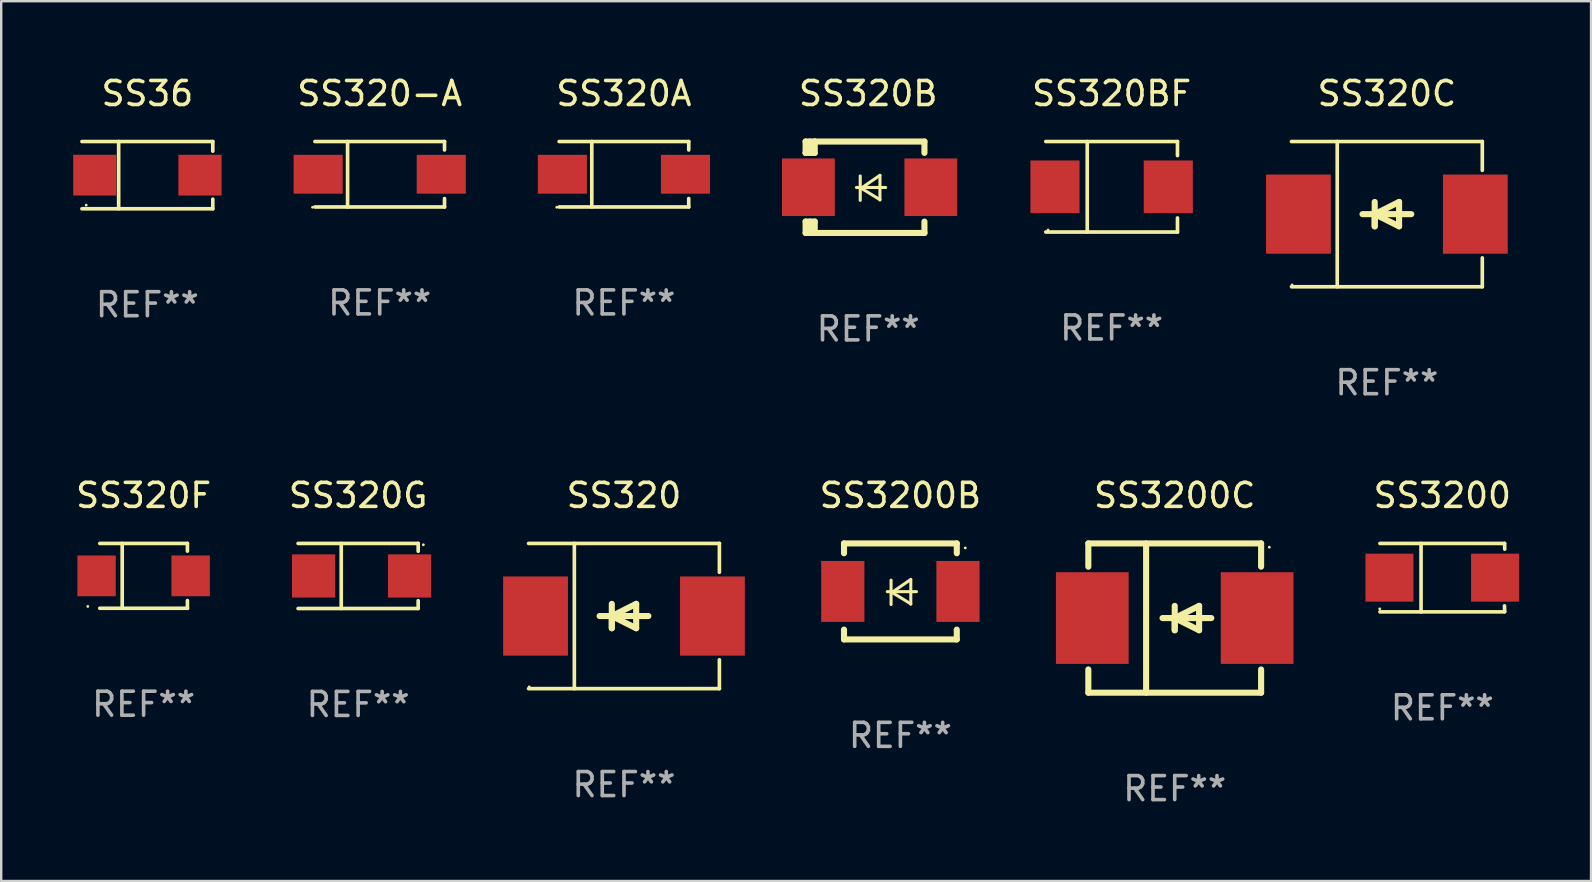
<source format=kicad_pcb>
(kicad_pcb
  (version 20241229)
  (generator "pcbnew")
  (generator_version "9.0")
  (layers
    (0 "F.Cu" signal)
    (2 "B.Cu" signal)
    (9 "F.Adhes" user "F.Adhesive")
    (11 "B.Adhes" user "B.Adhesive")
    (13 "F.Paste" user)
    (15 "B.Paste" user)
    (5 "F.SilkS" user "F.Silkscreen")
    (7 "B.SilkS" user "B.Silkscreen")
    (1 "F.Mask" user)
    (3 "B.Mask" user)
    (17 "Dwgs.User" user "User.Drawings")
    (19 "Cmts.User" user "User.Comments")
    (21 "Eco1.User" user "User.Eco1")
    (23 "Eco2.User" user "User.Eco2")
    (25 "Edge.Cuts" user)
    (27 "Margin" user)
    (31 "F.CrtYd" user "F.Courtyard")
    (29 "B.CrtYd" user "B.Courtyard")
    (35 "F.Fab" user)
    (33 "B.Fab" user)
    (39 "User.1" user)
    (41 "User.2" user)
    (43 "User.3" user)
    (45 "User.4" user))
  (footprint "SS320A"
    (layer "F.Cu")
    (at 22.951 4.212)
    (property "Reference" "SS320A" (at 0 -3.364 0) (layer "F.SilkS") (effects (font (size 1 1) (thickness 0.15))))
    (attr through_hole)
    (fp_line (start -2.701 -1.364) (end 2.701 -1.364) (stroke (width 0.152) (type solid)) (layer "F.SilkS"))
    (fp_line (start -2.701 1.364) (end 2.701 1.364) (stroke (width 0.152) (type solid)) (layer "F.SilkS"))
    (fp_line (start -1.339 -1.364) (end -1.339 1.364) (stroke (width 0.152) (type solid)) (layer "F.SilkS"))
    (fp_line (start 2.701 -1.364) (end 2.701 -1.013) (stroke (width 0.152) (type solid)) (layer "F.SilkS"))
    (fp_line (start 2.701 1.364) (end 2.701 1.013) (stroke (width 0.152) (type solid)) (layer "F.SilkS"))
    (fp_circle (center -2.8 1.375) (end -2.77 1.375) (stroke (width 0.06) (type solid)) (fill no) (layer "F.SilkS"))
    (fp_text user "REF**" (at 0 5.364 0) (layer "F.Fab") (effects (font (size 1 1) (thickness 0.15))))
    (pad "1" smd rect (at -2.565 -0.000025) (size 2.046 1.62) (layers "F.Cu" "F.Mask" "F.Paste"))
    (pad "2" smd rect (at 2.565 -0.000025) (size 2.046 1.62) (layers "F.Cu" "F.Mask" "F.Paste")))
  (footprint "SS3200"
    (layer "F.Cu")
    (at 57.058 21.023)
    (property "Reference" "SS3200" (at 0 -3.426 0) (layer "F.SilkS") (effects (font (size 1 1) (thickness 0.15))))
    (attr through_hole)
    (fp_line (start -2.6 -1.426) (end 2.593 -1.426) (stroke (width 0.152) (type solid)) (layer "F.SilkS"))
    (fp_line (start -2.6 1.426) (end 2.593 1.426) (stroke (width 0.152) (type solid)) (layer "F.SilkS"))
    (fp_line (start -0.887 -1.426) (end -0.887 1.426) (stroke (width 0.152) (type solid)) (layer "F.SilkS"))
    (fp_line (start 2.59 1.176) (end 2.597 1.415) (stroke (width 0.152) (type solid)) (layer "F.SilkS"))
    (fp_line (start 2.593 -1.426) (end 2.6 -1.187) (stroke (width 0.152) (type solid)) (layer "F.SilkS"))
    (fp_circle (center -2.608 1.3) (end -2.578 1.3) (stroke (width 0.06) (type solid)) (fill no) (layer "F.SilkS"))
    (fp_text user "REF**" (at 0 5.426 0) (layer "F.Fab") (effects (font (size 1 1) (thickness 0.15))))
    (pad "1" smd rect (at -2.203 0 180) (size 2 2) (layers "F.Cu" "F.Mask" "F.Paste"))
    (pad "2" smd rect (at 2.197 0 180) (size 2 2) (layers "F.Cu" "F.Mask" "F.Paste")))
  (footprint "SS3200B"
    (layer "F.Cu")
    (at 34.473 21.597)
    (property "Reference" "SS3200B" (at 0 -4 0) (layer "F.SilkS") (effects (font (size 1 1) (thickness 0.15))))
    (attr through_hole)
    (fp_line (start -2.35 -2) (end -2.35 -1.591) (stroke (width 0.254) (type solid)) (layer "F.SilkS"))
    (fp_line (start -2.35 -2) (end 2.35 -2) (stroke (width 0.254) (type solid)) (layer "F.SilkS"))
    (fp_line (start -2.35 1.591) (end -2.35 2) (stroke (width 0.254) (type solid)) (layer "F.SilkS"))
    (fp_line (start -2.35 2) (end 2.35 2) (stroke (width 0.254) (type solid)) (layer "F.SilkS"))
    (fp_line (start -0.548 0.01) (end 0.671 0.01) (stroke (width 0.127) (type solid)) (layer "F.SilkS"))
    (fp_line (start -0.389 -0.47) (end -0.389 0.546) (stroke (width 0.127) (type solid)) (layer "F.SilkS"))
    (fp_line (start -0.35 0.04) (end 0.433 0.52) (stroke (width 0.127) (type solid)) (layer "F.SilkS"))
    (fp_line (start 0.433 -0.5) (end -0.35 0.04) (stroke (width 0.127) (type solid)) (layer "F.SilkS"))
    (fp_line (start 0.433 0.53) (end 0.433 -0.486) (stroke (width 0.127) (type solid)) (layer "F.SilkS"))
    (fp_line (start 2.35 -2) (end 2.35 -1.591) (stroke (width 0.254) (type solid)) (layer "F.SilkS"))
    (fp_line (start 2.35 1.591) (end 2.35 2) (stroke (width 0.254) (type solid)) (layer "F.SilkS"))
    (fp_circle (center 2.704 -1.813) (end 2.734 -1.813) (stroke (width 0.06) (type solid)) (fill no) (layer "F.SilkS"))
    (fp_text user "REF**" (at 0 6 0) (layer "F.Fab") (effects (font (size 1 1) (thickness 0.15))))
    (pad "1" smd rect (at 2.4 0) (size 1.8 2.54) (layers "F.Cu" "F.Mask" "F.Paste"))
    (pad "2" smd rect (at -2.4 0) (size 1.8 2.54) (layers "F.Cu" "F.Mask" "F.Paste")))
  (footprint "SS320G"
    (layer "F.Cu")
    (at 11.875 20.953)
    (property "Reference" "SS320G" (at 0 -3.356 0) (layer "F.SilkS") (effects (font (size 1 1) (thickness 0.15))))
    (attr through_hole)
    (fp_line (start -2.503 -1.356) (end 2.503 -1.355) (stroke (width 0.152) (type solid)) (layer "F.SilkS"))
    (fp_line (start -2.503 1.356) (end 2.503 1.355) (stroke (width 0.152) (type solid)) (layer "F.SilkS"))
    (fp_line (start -0.704 -1.356) (end -0.704 1.356) (stroke (width 0.152) (type solid)) (layer "F.SilkS"))
    (fp_line (start 2.502 -1.356) (end 2.503 -1.03) (stroke (width 0.152) (type solid)) (layer "F.SilkS"))
    (fp_line (start 2.503 1.355) (end 2.502 1.029) (stroke (width 0.152) (type solid)) (layer "F.SilkS"))
    (fp_circle (center 2.718 -1.3) (end 2.748 -1.3) (stroke (width 0.06) (type solid)) (fill no) (layer "F.SilkS"))
    (fp_text user "REF**" (at 0 5.356 0) (layer "F.Fab") (effects (font (size 1 1) (thickness 0.15))))
    (pad "1" smd rect (at 2.143 0) (size 1.8 1.8) (layers "F.Cu" "F.Mask" "F.Paste"))
    (pad "2" smd rect (at -1.857 0) (size 1.8 1.8) (layers "F.Cu" "F.Mask" "F.Paste")))
  (footprint "SS3200C"
    (layer "F.Cu")
    (at 45.905 22.707)
    (property "Reference" "SS3200C" (at 0 -5.11 0) (layer "F.SilkS") (effects (font (size 1 1) (thickness 0.15))))
    (attr through_hole)
    (fp_line (start -3.6 -3.11) (end -3.6 -2.141) (stroke (width 0.254) (type solid)) (layer "F.SilkS"))
    (fp_line (start -3.6 -3.11) (end 3.6 -3.11) (stroke (width 0.254) (type solid)) (layer "F.SilkS"))
    (fp_line (start -3.6 2.141) (end -3.6 3.11) (stroke (width 0.254) (type solid)) (layer "F.SilkS"))
    (fp_line (start -3.6 3.11) (end 3.6 3.11) (stroke (width 0.254) (type solid)) (layer "F.SilkS"))
    (fp_line (start -1.192 -3.11) (end -1.192 3.11) (stroke (width 0.254) (type solid)) (layer "F.SilkS"))
    (fp_line (start 0 0) (end 0 0.508) (stroke (width 0.254) (type solid)) (layer "F.SilkS"))
    (fp_line (start 0 0) (end 1.016 0.508) (stroke (width 0.254) (type solid)) (layer "F.SilkS"))
    (fp_line (start 0 0.508) (end 0 -0.508) (stroke (width 0.254) (type solid)) (layer "F.SilkS"))
    (fp_line (start 1.016 -0.508) (end 0 0) (stroke (width 0.254) (type solid)) (layer "F.SilkS"))
    (fp_line (start 1.016 0.508) (end 1.016 -0.508) (stroke (width 0.254) (type solid)) (layer "F.SilkS"))
    (fp_line (start 1.524 0) (end -0.508 0) (stroke (width 0.254) (type solid)) (layer "F.SilkS"))
    (fp_line (start 3.6 -3.11) (end 3.6 -2.141) (stroke (width 0.254) (type solid)) (layer "F.SilkS"))
    (fp_line (start 3.6 2.141) (end 3.6 3.11) (stroke (width 0.254) (type solid)) (layer "F.SilkS"))
    (fp_circle (center 3.943 -2.952) (end 3.973 -2.952) (stroke (width 0.06) (type solid)) (fill no) (layer "F.SilkS"))
    (fp_text user "REF**" (at 0 7.11 0) (layer "F.Fab") (effects (font (size 1 1) (thickness 0.15))))
    (pad "1" smd rect (at 3.435 0 180) (size 3.03 3.82) (layers "F.Cu" "F.Mask" "F.Paste"))
    (pad "2" smd rect (at -3.435 0 180) (size 3.03 3.82) (layers "F.Cu" "F.Mask" "F.Paste")))
  (footprint "SS320BF"
    (layer "F.Cu")
    (at 43.276 4.734)
    (property "Reference" "SS320BF" (at 0 -3.886 0) (layer "F.SilkS") (effects (font (size 1 1) (thickness 0.15))))
    (attr through_hole)
    (fp_line (start -2.744 -1.886) (end 2.744 -1.886) (stroke (width 0.152) (type solid)) (layer "F.SilkS"))
    (fp_line (start -2.744 1.886) (end 2.744 1.886) (stroke (width 0.152) (type solid)) (layer "F.SilkS"))
    (fp_line (start -1.016 -1.886) (end -1.016 1.886) (stroke (width 0.152) (type solid)) (layer "F.SilkS"))
    (fp_line (start 2.744 -1.886) (end 2.744 -1.299) (stroke (width 0.152) (type solid)) (layer "F.SilkS"))
    (fp_line (start 2.744 1.886) (end 2.744 1.299) (stroke (width 0.152) (type solid)) (layer "F.SilkS"))
    (fp_circle (center -2.65 1.8) (end -2.62 1.8) (stroke (width 0.06) (type solid)) (fill no) (layer "F.SilkS"))
    (fp_text user "REF**" (at 0 5.886 0) (layer "F.Fab") (effects (font (size 1 1) (thickness 0.15))))
    (pad "1" smd rect (at -2.361 0) (size 2.047 2.192) (layers "F.Cu" "F.Mask" "F.Paste"))
    (pad "2" smd rect (at 2.361 0) (size 2.047 2.192) (layers "F.Cu" "F.Mask" "F.Paste")))
  (footprint "SS320F"
    (layer "F.Cu")
    (at 2.935 20.948)
    (property "Reference" "SS320F" (at 0 -3.351 0) (layer "F.SilkS") (effects (font (size 1 1) (thickness 0.15))))
    (attr through_hole)
    (fp_line (start -1.826 -1.351) (end 1.826 -1.351) (stroke (width 0.152) (type solid)) (layer "F.SilkS"))
    (fp_line (start -1.826 1.351) (end 1.826 1.351) (stroke (width 0.152) (type solid)) (layer "F.SilkS"))
    (fp_line (start -0.892 -1.351) (end -0.892 1.351) (stroke (width 0.152) (type solid)) (layer "F.SilkS"))
    (fp_line (start 1.826 -1.351) (end 1.826 -1.03) (stroke (width 0.152) (type solid)) (layer "F.SilkS"))
    (fp_line (start 1.826 1.03) (end 1.826 1.351) (stroke (width 0.152) (type solid)) (layer "F.SilkS"))
    (fp_circle (center -2.325 1.275) (end -2.295 1.275) (stroke (width 0.06) (type solid)) (fill no) (layer "F.SilkS"))
    (fp_text user "REF**" (at 0 5.351 0) (layer "F.Fab") (effects (font (size 1 1) (thickness 0.15))))
    (pad "1" smd rect (at -1.96 0 180) (size 1.6 1.7) (layers "F.Cu" "F.Mask" "F.Paste"))
    (pad "2" smd rect (at 1.96 0 180) (size 1.6 1.7) (layers "F.Cu" "F.Mask" "F.Paste")))
  (footprint "SS320-A"
    (layer "F.Cu")
    (at 12.774 4.212)
    (property "Reference" "SS320-A" (at 0 -3.364 0) (layer "F.SilkS") (effects (font (size 1 1) (thickness 0.15))))
    (attr through_hole)
    (fp_line (start -2.701 -1.364) (end 2.701 -1.364) (stroke (width 0.152) (type solid)) (layer "F.SilkS"))
    (fp_line (start -2.701 1.364) (end 2.701 1.364) (stroke (width 0.152) (type solid)) (layer "F.SilkS"))
    (fp_line (start -1.339 -1.364) (end -1.339 1.364) (stroke (width 0.152) (type solid)) (layer "F.SilkS"))
    (fp_line (start 2.701 -1.364) (end 2.701 -1.013) (stroke (width 0.152) (type solid)) (layer "F.SilkS"))
    (fp_line (start 2.701 1.364) (end 2.701 1.013) (stroke (width 0.152) (type solid)) (layer "F.SilkS"))
    (fp_circle (center -2.8 1.375) (end -2.77 1.375) (stroke (width 0.06) (type solid)) (fill no) (layer "F.SilkS"))
    (fp_text user "REF**" (at 0 5.364 0) (layer "F.Fab") (effects (font (size 1 1) (thickness 0.15))))
    (pad "1" smd rect (at -2.565 -0.000025) (size 2.046 1.62) (layers "F.Cu" "F.Mask" "F.Paste"))
    (pad "2" smd rect (at 2.565 -0.000025) (size 2.046 1.62) (layers "F.Cu" "F.Mask" "F.Paste")))
  (footprint "SS320C"
    (layer "F.Cu")
    (at 54.747 5.874)
    (property "Reference" "SS320C" (at 0 -5.026 0) (layer "F.SilkS") (effects (font (size 1 1) (thickness 0.15))))
    (attr through_hole)
    (fp_line (start -3.976 -3.026) (end 3.976 -3.026) (stroke (width 0.152) (type solid)) (layer "F.SilkS"))
    (fp_line (start -3.976 3.026) (end 3.976 3.026) (stroke (width 0.152) (type solid)) (layer "F.SilkS"))
    (fp_line (start -2.069 -3.026) (end -2.069 3.026) (stroke (width 0.152) (type solid)) (layer "F.SilkS"))
    (fp_line (start -0.508 0) (end -0.508 0.508) (stroke (width 0.254) (type solid)) (layer "F.SilkS"))
    (fp_line (start -0.508 0) (end 0.508 0.508) (stroke (width 0.254) (type solid)) (layer "F.SilkS"))
    (fp_line (start -0.508 0.508) (end -0.508 -0.508) (stroke (width 0.254) (type solid)) (layer "F.SilkS"))
    (fp_line (start 0.508 -0.508) (end -0.508 0) (stroke (width 0.254) (type solid)) (layer "F.SilkS"))
    (fp_line (start 0.508 0.508) (end 0.508 -0.508) (stroke (width 0.254) (type solid)) (layer "F.SilkS"))
    (fp_line (start 1.016 0) (end -1.016 0) (stroke (width 0.254) (type solid)) (layer "F.SilkS"))
    (fp_line (start 3.976 -3.026) (end 3.976 -1.823) (stroke (width 0.152) (type solid)) (layer "F.SilkS"))
    (fp_line (start 3.976 3.026) (end 3.976 1.823) (stroke (width 0.152) (type solid)) (layer "F.SilkS"))
    (fp_circle (center -3.95 2.95) (end -3.92 2.95) (stroke (width 0.06) (type solid)) (fill no) (layer "F.SilkS"))
    (fp_text user "REF**" (at 0 7.026 0) (layer "F.Fab") (effects (font (size 1 1) (thickness 0.15))))
    (pad "1" smd rect (at -3.686 0) (size 2.7 3.3) (layers "F.Cu" "F.Mask" "F.Paste"))
    (pad "2" smd rect (at 3.686 0) (size 2.7 3.3) (layers "F.Cu" "F.Mask" "F.Paste")))
  (footprint "SS320"
    (layer "F.Cu")
    (at 22.954 22.623)
    (property "Reference" "SS320" (at 0 -5.026 0) (layer "F.SilkS") (effects (font (size 1 1) (thickness 0.15))))
    (attr through_hole)
    (fp_line (start -3.976 -3.026) (end 3.976 -3.026) (stroke (width 0.152) (type solid)) (layer "F.SilkS"))
    (fp_line (start -3.976 3.026) (end 3.976 3.026) (stroke (width 0.152) (type solid)) (layer "F.SilkS"))
    (fp_line (start -2.069 -3.026) (end -2.069 3.026) (stroke (width 0.152) (type solid)) (layer "F.SilkS"))
    (fp_line (start -0.508 0) (end -0.508 0.508) (stroke (width 0.254) (type solid)) (layer "F.SilkS"))
    (fp_line (start -0.508 0) (end 0.508 0.508) (stroke (width 0.254) (type solid)) (layer "F.SilkS"))
    (fp_line (start -0.508 0.508) (end -0.508 -0.508) (stroke (width 0.254) (type solid)) (layer "F.SilkS"))
    (fp_line (start 0.508 -0.508) (end -0.508 0) (stroke (width 0.254) (type solid)) (layer "F.SilkS"))
    (fp_line (start 0.508 0.508) (end 0.508 -0.508) (stroke (width 0.254) (type solid)) (layer "F.SilkS"))
    (fp_line (start 1.016 0) (end -1.016 0) (stroke (width 0.254) (type solid)) (layer "F.SilkS"))
    (fp_line (start 3.976 -3.026) (end 3.976 -1.823) (stroke (width 0.152) (type solid)) (layer "F.SilkS"))
    (fp_line (start 3.976 3.026) (end 3.976 1.823) (stroke (width 0.152) (type solid)) (layer "F.SilkS"))
    (fp_circle (center -3.95 2.95) (end -3.92 2.95) (stroke (width 0.06) (type solid)) (fill no) (layer "F.SilkS"))
    (fp_text user "REF**" (at 0 7.026 0) (layer "F.Fab") (effects (font (size 1 1) (thickness 0.15))))
    (pad "1" smd rect (at -3.686 0) (size 2.7 3.3) (layers "F.Cu" "F.Mask" "F.Paste"))
    (pad "2" smd rect (at 3.686 0) (size 2.7 3.3) (layers "F.Cu" "F.Mask" "F.Paste")))
  (footprint "SS36"
    (layer "F.Cu")
    (at 3.092 4.249)
    (property "Reference" "SS36" (at 0 -3.401 0) (layer "F.SilkS") (effects (font (size 1 1) (thickness 0.15))))
    (attr through_hole)
    (fp_line (start -2.726 -1.401) (end 2.726 -1.401) (stroke (width 0.152) (type solid)) (layer "F.SilkS"))
    (fp_line (start -2.726 1.401) (end 2.726 1.401) (stroke (width 0.152) (type solid)) (layer "F.SilkS"))
    (fp_line (start -1.197 -1.401) (end -1.197 1.401) (stroke (width 0.152) (type solid)) (layer "F.SilkS"))
    (fp_line (start 2.726 -1.401) (end 2.726 -1) (stroke (width 0.152) (type solid)) (layer "F.SilkS"))
    (fp_line (start 2.726 1.401) (end 2.726 1) (stroke (width 0.152) (type solid)) (layer "F.SilkS"))
    (fp_circle (center -2.55 1.25) (end -2.52 1.25) (stroke (width 0.06) (type solid)) (fill no) (layer "F.SilkS"))
    (fp_text user "REF**" (at 0 5.401 0) (layer "F.Fab") (effects (font (size 1 1) (thickness 0.15))))
    (pad "1" smd rect (at -2.192 0) (size 1.8 1.7) (layers "F.Cu" "F.Mask" "F.Paste"))
    (pad "2" smd rect (at 2.192 0) (size 1.8 1.7) (layers "F.Cu" "F.Mask" "F.Paste")))
  (footprint "SS320B"
    (layer "F.Cu")
    (at 33.132 4.753)
    (property "Reference" "SS320B" (at 0 -3.905 0) (layer "F.SilkS") (effects (font (size 1 1) (thickness 0.15))))
    (attr through_hole)
    (fp_line (start -2.609 -1.905) (end -2.609 -1.431) (stroke (width 0.254) (type solid)) (layer "F.SilkS"))
    (fp_line (start -2.609 1.431) (end -2.609 1.905) (stroke (width 0.254) (type solid)) (layer "F.SilkS"))
    (fp_line (start -2.609 1.431) (end -2.229 1.431) (stroke (width 0.254) (type solid)) (layer "F.SilkS"))
    (fp_line (start -2.609 1.905) (end -2.229 1.905) (stroke (width 0.254) (type solid)) (layer "F.SilkS"))
    (fp_line (start -2.609 -1.431) (end -2.609 -1.431) (stroke (width 0.254) (type solid)) (layer "F.SilkS"))
    (fp_line (start -2.427 -1.431) (end -2.427 -1.905) (stroke (width 0.254) (type solid)) (layer "F.SilkS"))
    (fp_line (start -2.427 1.905) (end -2.427 1.431) (stroke (width 0.254) (type solid)) (layer "F.SilkS"))
    (fp_line (start -2.229 -1.905) (end -2.609 -1.905) (stroke (width 0.254) (type solid)) (layer "F.SilkS"))
    (fp_line (start -2.229 -1.905) (end 2.343 -1.905) (stroke (width 0.254) (type solid)) (layer "F.SilkS"))
    (fp_line (start -2.229 -1.431) (end -2.609 -1.431) (stroke (width 0.254) (type solid)) (layer "F.SilkS"))
    (fp_line (start -2.229 -1.431) (end -2.229 -1.905) (stroke (width 0.254) (type solid)) (layer "F.SilkS"))
    (fp_line (start -2.229 1.905) (end -2.229 1.431) (stroke (width 0.254) (type solid)) (layer "F.SilkS"))
    (fp_line (start -0.491 0.01) (end 0.727 0.01) (stroke (width 0.127) (type solid)) (layer "F.SilkS"))
    (fp_line (start -0.333 -0.47) (end -0.333 0.546) (stroke (width 0.127) (type solid)) (layer "F.SilkS"))
    (fp_line (start -0.293 0.04) (end 0.489 0.52) (stroke (width 0.127) (type solid)) (layer "F.SilkS"))
    (fp_line (start 0.489 -0.5) (end -0.293 0.04) (stroke (width 0.127) (type solid)) (layer "F.SilkS"))
    (fp_line (start 0.489 0.53) (end 0.489 -0.486) (stroke (width 0.127) (type solid)) (layer "F.SilkS"))
    (fp_line (start 2.343 -1.905) (end 2.343 -1.431) (stroke (width 0.254) (type solid)) (layer "F.SilkS"))
    (fp_line (start 2.343 1.431) (end 2.343 1.905) (stroke (width 0.254) (type solid)) (layer "F.SilkS"))
    (fp_line (start 2.343 1.905) (end -2.229 1.905) (stroke (width 0.254) (type solid)) (layer "F.SilkS"))
    (fp_circle (center -2.643 1.8) (end -2.613 1.8) (stroke (width 0.06) (type solid)) (fill no) (layer "F.SilkS"))
    (fp_text user "REF**" (at 0 5.905 0) (layer "F.Fab") (effects (font (size 1 1) (thickness 0.15))))
    (pad "1" smd rect (at -2.493 0) (size 2.2 2.4) (layers "F.Cu" "F.Mask" "F.Paste"))
    (pad "2" smd rect (at 2.609 0) (size 2.2 2.4) (layers "F.Cu" "F.Mask" "F.Paste")))
  (gr_rect
    (start -3 -3)
    (end 63.255 33.665)
    (stroke (width 0.1) (type default))
    (fill no)
    (layer "Edge.Cuts")))
</source>
